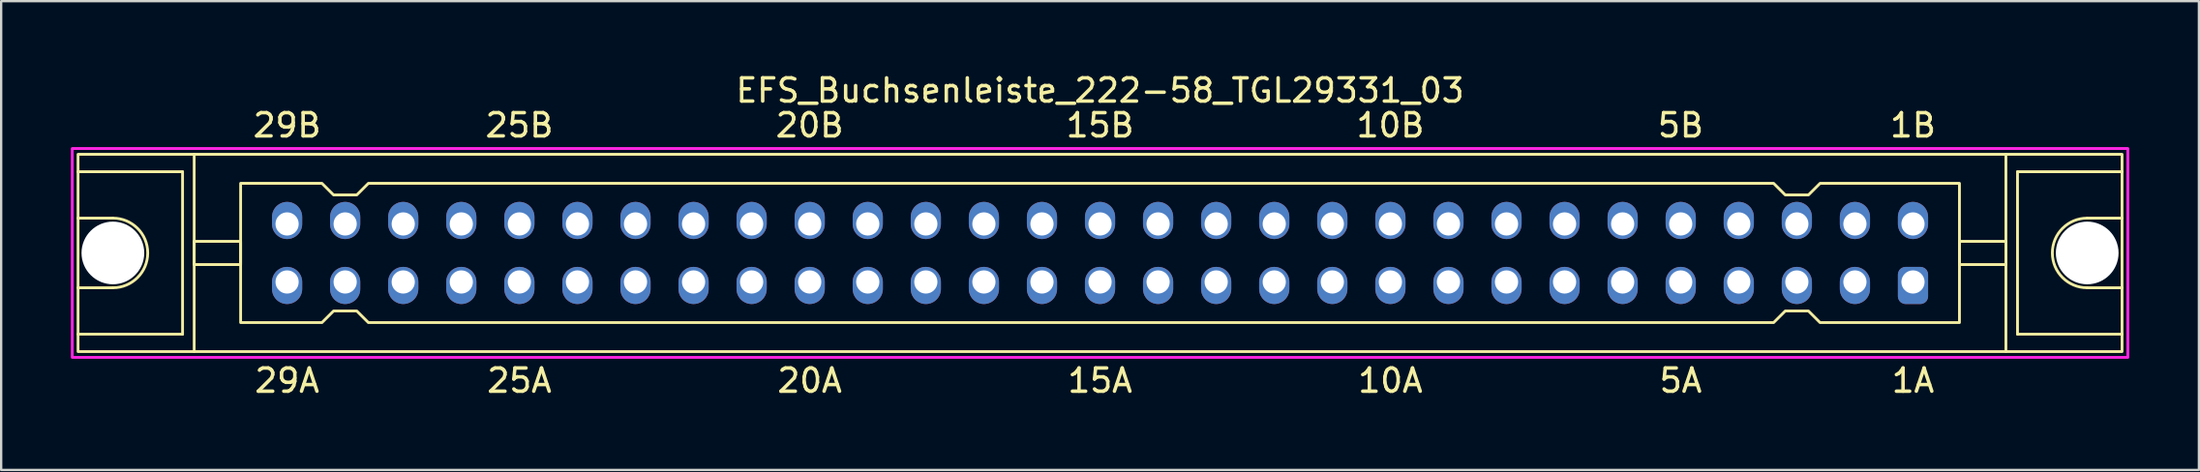
<source format=kicad_pcb>
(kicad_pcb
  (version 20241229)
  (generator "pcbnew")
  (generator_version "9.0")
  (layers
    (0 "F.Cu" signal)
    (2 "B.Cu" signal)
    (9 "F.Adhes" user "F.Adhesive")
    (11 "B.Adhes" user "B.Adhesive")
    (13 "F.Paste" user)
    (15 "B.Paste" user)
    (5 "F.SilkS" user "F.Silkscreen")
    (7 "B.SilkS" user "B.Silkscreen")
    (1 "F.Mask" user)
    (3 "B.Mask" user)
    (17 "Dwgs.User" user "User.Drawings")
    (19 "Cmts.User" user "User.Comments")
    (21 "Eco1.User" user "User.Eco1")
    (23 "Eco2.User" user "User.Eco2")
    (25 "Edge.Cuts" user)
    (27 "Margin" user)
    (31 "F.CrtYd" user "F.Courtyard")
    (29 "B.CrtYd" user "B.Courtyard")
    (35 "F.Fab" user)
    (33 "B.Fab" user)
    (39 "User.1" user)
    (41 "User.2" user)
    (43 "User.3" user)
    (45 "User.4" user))
  (footprint "EFS_Buchsenleiste_222-58_TGL29331_03"
    (layer "F.Cu")
    (at 44.31 7.848)
    (property "Reference" "EFS_Buchsenleiste_222-58_TGL29331_03" (at 0 -7 180) (layer "F.SilkS") (effects (font (size 1 1) (thickness 0.15))))
    (attr through_hole)
    (fp_line (start -44 -3.5) (end -39.5 -3.5) (stroke (width 0.12) (type solid)) (layer "F.SilkS"))
    (fp_line (start -42.5 -1.5) (end -44 -1.5) (stroke (width 0.12) (type solid)) (layer "F.SilkS"))
    (fp_line (start -42.5 1.5) (end -44 1.5) (stroke (width 0.12) (type solid)) (layer "F.SilkS"))
    (fp_line (start -39.5 -3.5) (end -39.5 3.5) (stroke (width 0.12) (type solid)) (layer "F.SilkS"))
    (fp_line (start -39.5 3.5) (end -44 3.5) (stroke (width 0.12) (type solid)) (layer "F.SilkS"))
    (fp_line (start -39 4.25) (end -39 -4.25) (stroke (width 0.12) (type solid)) (layer "F.SilkS"))
    (fp_line (start 39 4.25) (end 39 -4.25) (stroke (width 0.12) (type solid)) (layer "F.SilkS"))
    (fp_line (start 39.5 -3.5) (end 39.5 3.5) (stroke (width 0.12) (type solid)) (layer "F.SilkS"))
    (fp_line (start 39.5 3.5) (end 44 3.5) (stroke (width 0.12) (type solid)) (layer "F.SilkS"))
    (fp_line (start 42.5 -1.5) (end 44 -1.5) (stroke (width 0.12) (type solid)) (layer "F.SilkS"))
    (fp_line (start 42.5 1.5) (end 44 1.5) (stroke (width 0.12) (type solid)) (layer "F.SilkS"))
    (fp_line (start 44 -3.5) (end 39.5 -3.5) (stroke (width 0.12) (type solid)) (layer "F.SilkS"))
    (fp_rect (start -44 -4.25) (end 44 4.25) (stroke (width 0.12) (type solid)) (fill no) (layer "F.SilkS"))
    (fp_rect (start -39 -0.5) (end -37 0.5) (stroke (width 0.12) (type solid)) (fill no) (layer "F.SilkS"))
    (fp_rect (start 39 -0.5) (end 37 0.5) (stroke (width 0.12) (type solid)) (fill no) (layer "F.SilkS"))
    (fp_arc (start -42.5 -1.5) (mid -41 0) (end -42.5 1.5) (stroke (width 0.12) (type solid)) (layer "F.SilkS"))
    (fp_arc (start 42.5 1.5) (mid 41 0) (end 42.5 -1.5) (stroke (width 0.12) (type solid)) (layer "F.SilkS"))
    (fp_poly (pts (xy -33 -2.5) (xy -32 -2.5) (xy -31.5 -3) (xy 29 -3) (xy 29.5 -2.5) (xy 30.5 -2.5) (xy 31 -3) (xy 37 -3) (xy 37 3) (xy 31 3) (xy 30.5 2.5) (xy 29.5 2.5) (xy 29 3) (xy -31.5 3) (xy -32 2.5) (xy -33 2.5) (xy -33.5 3) (xy -37 3) (xy -37 -3) (xy -33.5 -3)) (stroke (width 0.12) (type solid)) (fill no) (layer "F.SilkS"))
    (fp_rect (start -44.25 -4.5) (end 44.25 4.5) (stroke (width 0.12) (type solid)) (fill no) (layer "F.CrtYd"))
    (fp_text user "20B" (at -12.5 -5.5 180) (layer "F.SilkS") (effects (font (size 1 1) (thickness 0.15))))
    (fp_text user "1A" (at 35 5.5 180) (layer "F.SilkS") (effects (font (size 1 1) (thickness 0.15))))
    (fp_text user "10A" (at 12.5 5.5 180) (layer "F.SilkS") (effects (font (size 1 1) (thickness 0.15))))
    (fp_text user "25A" (at -25 5.5 180) (layer "F.SilkS") (effects (font (size 1 1) (thickness 0.15))))
    (fp_text user "15A" (at 0 5.5 180) (layer "F.SilkS") (effects (font (size 1 1) (thickness 0.15))))
    (fp_text user "10B" (at 12.5 -5.5 180) (layer "F.SilkS") (effects (font (size 1 1) (thickness 0.15))))
    (fp_text user "1B" (at 35 -5.5 180) (layer "F.SilkS") (effects (font (size 1 1) (thickness 0.15))))
    (fp_text user "25B" (at -25 -5.5 180) (layer "F.SilkS") (effects (font (size 1 1) (thickness 0.15))))
    (fp_text user "15B" (at 0 -5.5 180) (layer "F.SilkS") (effects (font (size 1 1) (thickness 0.15))))
    (fp_text user "20A" (at -12.5 5.5 180) (layer "F.SilkS") (effects (font (size 1 1) (thickness 0.15))))
    (fp_text user "5A" (at 25 5.5 180) (layer "F.SilkS") (effects (font (size 1 1) (thickness 0.15))))
    (fp_text user "29B" (at -35 -5.5 180) (layer "F.SilkS") (effects (font (size 1 1) (thickness 0.15))))
    (fp_text user "29A" (at -35 5.5 180) (layer "F.SilkS") (effects (font (size 1 1) (thickness 0.15))))
    (fp_text user "5B" (at 25 -5.5 180) (layer "F.SilkS") (effects (font (size 1 1) (thickness 0.15))))
    (pad "" np_thru_hole circle (at -42.5 0) (size 2.7 2.7) (drill 2.7) (layers "*.Cu" "*.Mask"))
    (pad "" np_thru_hole circle (at 42.5 0) (size 2.7 2.7) (drill 2.7) (layers "*.Cu" "*.Mask"))
    (pad "1a" thru_hole roundrect (at 35 1.25 180) (size 1.3 1.6) (drill 1 (offset 0 -0.15)) (layers "*.Cu" "*.Mask") (roundrect_rratio 0.25))
    (pad "1b" thru_hole oval (at 35 -1.25 180) (size 1.3 1.6) (drill 1 (offset 0 0.15)) (layers "*.Cu" "*.Mask"))
    (pad "2a" thru_hole oval (at 32.5 1.25 180) (size 1.3 1.6) (drill 1 (offset 0 -0.15)) (layers "*.Cu" "*.Mask"))
    (pad "2b" thru_hole oval (at 32.5 -1.25 180) (size 1.3 1.6) (drill 1 (offset 0 0.15)) (layers "*.Cu" "*.Mask"))
    (pad "3a" thru_hole oval (at 30 1.25 180) (size 1.3 1.6) (drill 1 (offset 0 -0.15)) (layers "*.Cu" "*.Mask"))
    (pad "3b" thru_hole oval (at 30 -1.25 180) (size 1.3 1.6) (drill 1 (offset 0 0.15)) (layers "*.Cu" "*.Mask"))
    (pad "4a" thru_hole oval (at 27.5 1.25 180) (size 1.3 1.6) (drill 1 (offset 0 -0.15)) (layers "*.Cu" "*.Mask"))
    (pad "4b" thru_hole oval (at 27.5 -1.25 180) (size 1.3 1.6) (drill 1 (offset 0 0.15)) (layers "*.Cu" "*.Mask"))
    (pad "5a" thru_hole oval (at 25 1.25 180) (size 1.3 1.6) (drill 1 (offset 0 -0.15)) (layers "*.Cu" "*.Mask"))
    (pad "5b" thru_hole oval (at 25 -1.25 180) (size 1.3 1.6) (drill 1 (offset 0 0.15)) (layers "*.Cu" "*.Mask"))
    (pad "6a" thru_hole oval (at 22.5 1.25 180) (size 1.3 1.6) (drill 1 (offset 0 -0.15)) (layers "*.Cu" "*.Mask"))
    (pad "6b" thru_hole oval (at 22.5 -1.25 180) (size 1.3 1.6) (drill 1 (offset 0 0.15)) (layers "*.Cu" "*.Mask"))
    (pad "7a" thru_hole oval (at 20 1.25 180) (size 1.3 1.6) (drill 1 (offset 0 -0.15)) (layers "*.Cu" "*.Mask"))
    (pad "7b" thru_hole oval (at 20 -1.25 180) (size 1.3 1.6) (drill 1 (offset 0 0.15)) (layers "*.Cu" "*.Mask"))
    (pad "8a" thru_hole oval (at 17.5 1.25 180) (size 1.3 1.6) (drill 1 (offset 0 -0.15)) (layers "*.Cu" "*.Mask"))
    (pad "8b" thru_hole oval (at 17.5 -1.25 180) (size 1.3 1.6) (drill 1 (offset 0 0.15)) (layers "*.Cu" "*.Mask"))
    (pad "9a" thru_hole oval (at 15 1.25 180) (size 1.3 1.6) (drill 1 (offset 0 -0.15)) (layers "*.Cu" "*.Mask"))
    (pad "9b" thru_hole oval (at 15 -1.25 180) (size 1.3 1.6) (drill 1 (offset 0 0.15)) (layers "*.Cu" "*.Mask"))
    (pad "10a" thru_hole oval (at 12.5 1.25 180) (size 1.3 1.6) (drill 1 (offset 0 -0.15)) (layers "*.Cu" "*.Mask"))
    (pad "10b" thru_hole oval (at 12.5 -1.25 180) (size 1.3 1.6) (drill 1 (offset 0 0.15)) (layers "*.Cu" "*.Mask"))
    (pad "11a" thru_hole oval (at 10 1.25 180) (size 1.3 1.6) (drill 1 (offset 0 -0.15)) (layers "*.Cu" "*.Mask"))
    (pad "11b" thru_hole oval (at 10 -1.25 180) (size 1.3 1.6) (drill 1 (offset 0 0.15)) (layers "*.Cu" "*.Mask"))
    (pad "12a" thru_hole oval (at 7.5 1.25 180) (size 1.3 1.6) (drill 1 (offset 0 -0.15)) (layers "*.Cu" "*.Mask"))
    (pad "12b" thru_hole oval (at 7.5 -1.25 180) (size 1.3 1.6) (drill 1 (offset 0 0.15)) (layers "*.Cu" "*.Mask"))
    (pad "13a" thru_hole oval (at 5 1.25 180) (size 1.3 1.6) (drill 1 (offset 0 -0.15)) (layers "*.Cu" "*.Mask"))
    (pad "13b" thru_hole oval (at 5 -1.25 180) (size 1.3 1.6) (drill 1 (offset 0 0.15)) (layers "*.Cu" "*.Mask"))
    (pad "14a" thru_hole oval (at 2.5 1.25 180) (size 1.3 1.6) (drill 1 (offset 0 -0.15)) (layers "*.Cu" "*.Mask"))
    (pad "14b" thru_hole oval (at 2.5 -1.25 180) (size 1.3 1.6) (drill 1 (offset 0 0.15)) (layers "*.Cu" "*.Mask"))
    (pad "15a" thru_hole oval (at 0 1.25 180) (size 1.3 1.6) (drill 1 (offset 0 -0.15)) (layers "*.Cu" "*.Mask"))
    (pad "15b" thru_hole oval (at 0 -1.25 180) (size 1.3 1.6) (drill 1 (offset 0 0.15)) (layers "*.Cu" "*.Mask"))
    (pad "16a" thru_hole oval (at -2.5 1.25 180) (size 1.3 1.6) (drill 1 (offset 0 -0.15)) (layers "*.Cu" "*.Mask"))
    (pad "16b" thru_hole oval (at -2.5 -1.25 180) (size 1.3 1.6) (drill 1 (offset 0 0.15)) (layers "*.Cu" "*.Mask"))
    (pad "17a" thru_hole oval (at -5 1.25 180) (size 1.3 1.6) (drill 1 (offset 0 -0.15)) (layers "*.Cu" "*.Mask"))
    (pad "17b" thru_hole oval (at -5 -1.25 180) (size 1.3 1.6) (drill 1 (offset 0 0.15)) (layers "*.Cu" "*.Mask"))
    (pad "18a" thru_hole oval (at -7.5 1.25 180) (size 1.3 1.6) (drill 1 (offset 0 -0.15)) (layers "*.Cu" "*.Mask"))
    (pad "18b" thru_hole oval (at -7.5 -1.25 180) (size 1.3 1.6) (drill 1 (offset 0 0.15)) (layers "*.Cu" "*.Mask"))
    (pad "19a" thru_hole oval (at -10 1.25 180) (size 1.3 1.6) (drill 1 (offset 0 -0.15)) (layers "*.Cu" "*.Mask"))
    (pad "19b" thru_hole oval (at -10 -1.25 180) (size 1.3 1.6) (drill 1 (offset 0 0.15)) (layers "*.Cu" "*.Mask"))
    (pad "20a" thru_hole oval (at -12.5 1.25 180) (size 1.3 1.6) (drill 1 (offset 0 -0.15)) (layers "*.Cu" "*.Mask"))
    (pad "20b" thru_hole oval (at -12.5 -1.25 180) (size 1.3 1.6) (drill 1 (offset 0 0.15)) (layers "*.Cu" "*.Mask"))
    (pad "21a" thru_hole oval (at -15 1.25 180) (size 1.3 1.6) (drill 1 (offset 0 -0.15)) (layers "*.Cu" "*.Mask"))
    (pad "21b" thru_hole oval (at -15 -1.25 180) (size 1.3 1.6) (drill 1 (offset 0 0.15)) (layers "*.Cu" "*.Mask"))
    (pad "22a" thru_hole oval (at -17.5 1.25 180) (size 1.3 1.6) (drill 1 (offset 0 -0.15)) (layers "*.Cu" "*.Mask"))
    (pad "22b" thru_hole oval (at -17.5 -1.25 180) (size 1.3 1.6) (drill 1 (offset 0 0.15)) (layers "*.Cu" "*.Mask"))
    (pad "23a" thru_hole oval (at -20 1.25 180) (size 1.3 1.6) (drill 1 (offset 0 -0.15)) (layers "*.Cu" "*.Mask"))
    (pad "23b" thru_hole oval (at -20 -1.25 180) (size 1.3 1.6) (drill 1 (offset 0 0.15)) (layers "*.Cu" "*.Mask"))
    (pad "24a" thru_hole oval (at -22.5 1.25 180) (size 1.3 1.6) (drill 1 (offset 0 -0.15)) (layers "*.Cu" "*.Mask"))
    (pad "24b" thru_hole oval (at -22.5 -1.25 180) (size 1.3 1.6) (drill 1 (offset 0 0.15)) (layers "*.Cu" "*.Mask"))
    (pad "25a" thru_hole oval (at -25 1.25 180) (size 1.3 1.6) (drill 1 (offset 0 -0.15)) (layers "*.Cu" "*.Mask"))
    (pad "25b" thru_hole oval (at -25 -1.25 180) (size 1.3 1.6) (drill 1 (offset 0 0.15)) (layers "*.Cu" "*.Mask"))
    (pad "26a" thru_hole oval (at -27.5 1.25 180) (size 1.3 1.6) (drill 1 (offset 0 -0.15)) (layers "*.Cu" "*.Mask"))
    (pad "26b" thru_hole oval (at -27.5 -1.25 180) (size 1.3 1.6) (drill 1 (offset 0 0.15)) (layers "*.Cu" "*.Mask"))
    (pad "27a" thru_hole oval (at -30 1.25 180) (size 1.3 1.6) (drill 1 (offset 0 -0.15)) (layers "*.Cu" "*.Mask"))
    (pad "27b" thru_hole oval (at -30 -1.25 180) (size 1.3 1.6) (drill 1 (offset 0 0.15)) (layers "*.Cu" "*.Mask"))
    (pad "28a" thru_hole oval (at -32.5 1.25 180) (size 1.3 1.6) (drill 1 (offset 0 -0.15)) (layers "*.Cu" "*.Mask"))
    (pad "28b" thru_hole oval (at -32.5 -1.25 180) (size 1.3 1.6) (drill 1 (offset 0 0.15)) (layers "*.Cu" "*.Mask"))
    (pad "29a" thru_hole oval (at -35 1.25 180) (size 1.3 1.6) (drill 1 (offset 0 -0.15)) (layers "*.Cu" "*.Mask"))
    (pad "29b" thru_hole oval (at -35 -1.25 180) (size 1.3 1.6) (drill 1 (offset 0 0.15)) (layers "*.Cu" "*.Mask")))
  (gr_rect
    (start -3 -3)
    (end 91.62 17.197)
    (stroke (width 0.1) (type default))
    (fill no)
    (layer "Edge.Cuts")))
</source>
